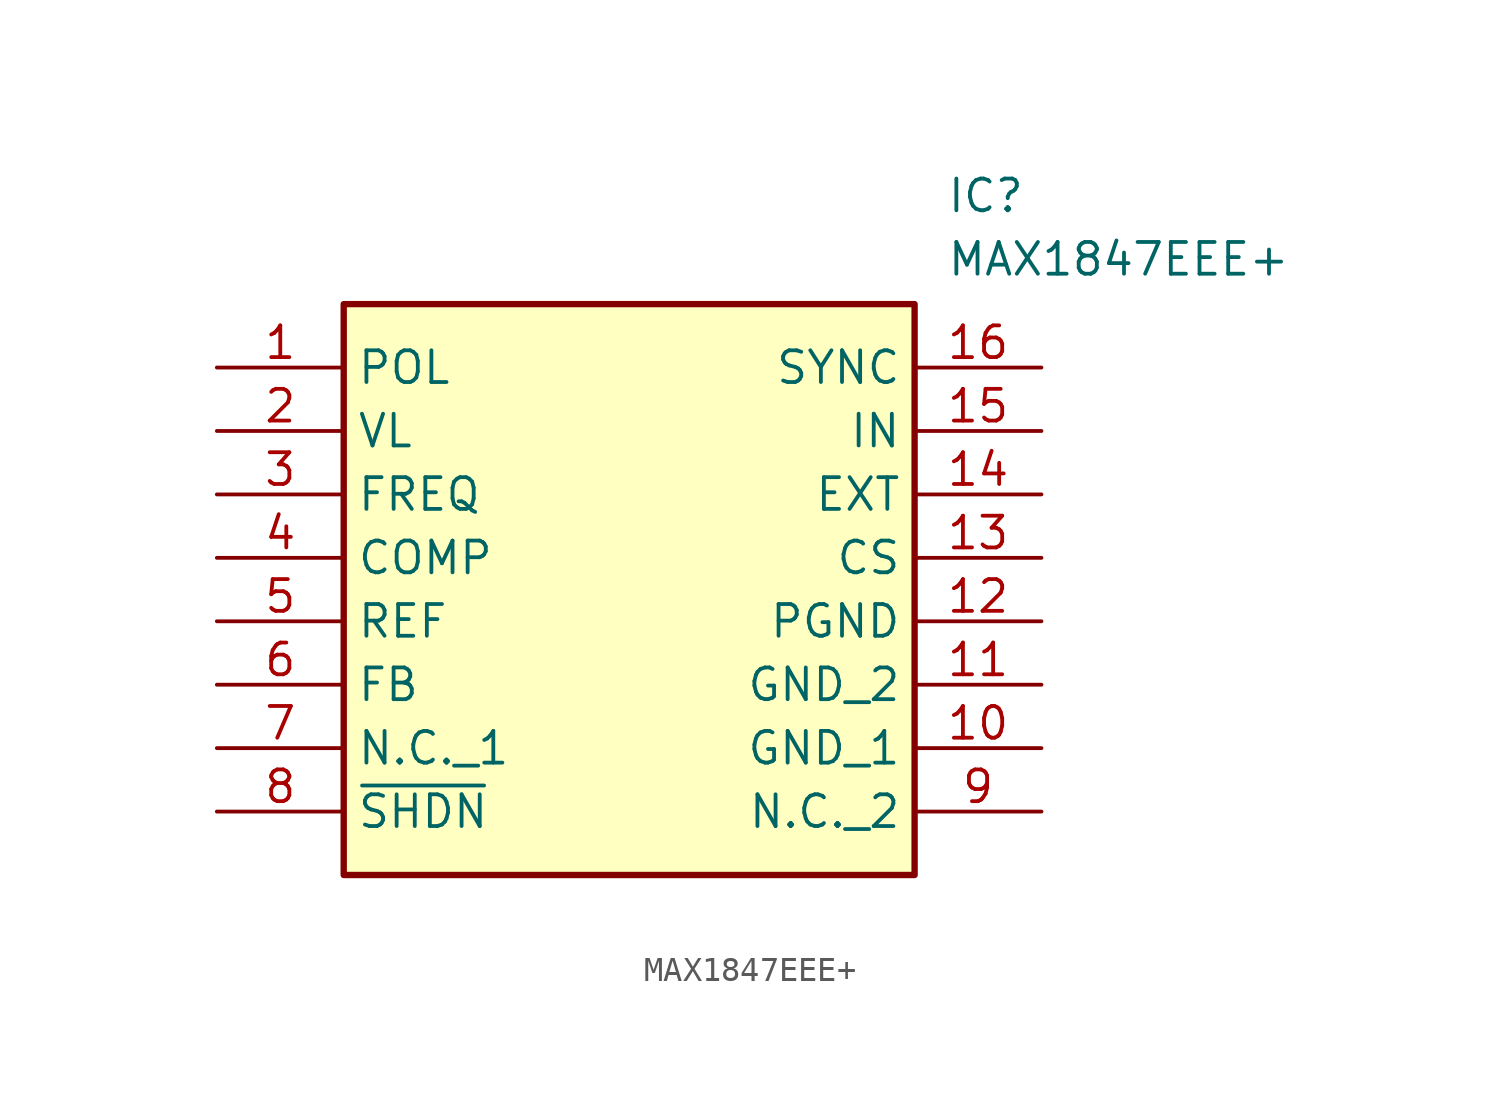
<source format=kicad_sym>
(kicad_symbol_lib
  (version 20211014)
  (generator SamacSys_ECAD_Model)
  (symbol "MAX1847EEE+"
    (property "Reference" "IC"
      (at 29.21 7.62 0)
      (effects (font (size 1.27 1.27)) (justify left top)))
    (property "Value" "MAX1847EEE+"
      (at 29.21 5.08 0)
      (effects (font (size 1.27 1.27)) (justify left top)))
    (rectangle
      (start 5.08 2.54)
      (end 27.94 -20.32)
      (stroke (width 0.254) (type default))
      (fill (type background)))
    (pin passive line
      (at 0 0 0)
      (length 5.08)
      (name "POL" (effects (font (size 1.27 1.27))))
      (number "1" (effects (font (size 1.27 1.27)))))
    (pin passive line
      (at 0 -2.54 0)
      (length 5.08)
      (name "VL" (effects (font (size 1.27 1.27))))
      (number "2" (effects (font (size 1.27 1.27)))))
    (pin passive line
      (at 0 -5.08 0)
      (length 5.08)
      (name "FREQ" (effects (font (size 1.27 1.27))))
      (number "3" (effects (font (size 1.27 1.27)))))
    (pin passive line
      (at 0 -7.62 0)
      (length 5.08)
      (name "COMP" (effects (font (size 1.27 1.27))))
      (number "4" (effects (font (size 1.27 1.27)))))
    (pin passive line
      (at 0 -10.16 0)
      (length 5.08)
      (name "REF" (effects (font (size 1.27 1.27))))
      (number "5" (effects (font (size 1.27 1.27)))))
    (pin passive line
      (at 0 -12.7 0)
      (length 5.08)
      (name "FB" (effects (font (size 1.27 1.27))))
      (number "6" (effects (font (size 1.27 1.27)))))
    (pin passive line
      (at 0 -15.24 0)
      (length 5.08)
      (name "N.C._1" (effects (font (size 1.27 1.27))))
      (number "7" (effects (font (size 1.27 1.27)))))
    (pin passive line
      (at 0 -17.78 0)
      (length 5.08)
      (name "~{SHDN}" (effects (font (size 1.27 1.27))))
      (number "8" (effects (font (size 1.27 1.27)))))
    (pin passive line
      (at 33.02 0 180)
      (length 5.08)
      (name "SYNC" (effects (font (size 1.27 1.27))))
      (number "16" (effects (font (size 1.27 1.27)))))
    (pin passive line
      (at 33.02 -2.54 180)
      (length 5.08)
      (name "IN" (effects (font (size 1.27 1.27))))
      (number "15" (effects (font (size 1.27 1.27)))))
    (pin passive line
      (at 33.02 -5.08 180)
      (length 5.08)
      (name "EXT" (effects (font (size 1.27 1.27))))
      (number "14" (effects (font (size 1.27 1.27)))))
    (pin passive line
      (at 33.02 -7.62 180)
      (length 5.08)
      (name "CS" (effects (font (size 1.27 1.27))))
      (number "13" (effects (font (size 1.27 1.27)))))
    (pin passive line
      (at 33.02 -10.16 180)
      (length 5.08)
      (name "PGND" (effects (font (size 1.27 1.27))))
      (number "12" (effects (font (size 1.27 1.27)))))
    (pin passive line
      (at 33.02 -12.7 180)
      (length 5.08)
      (name "GND_2" (effects (font (size 1.27 1.27))))
      (number "11" (effects (font (size 1.27 1.27)))))
    (pin passive line
      (at 33.02 -15.24 180)
      (length 5.08)
      (name "GND_1" (effects (font (size 1.27 1.27))))
      (number "10" (effects (font (size 1.27 1.27)))))
    (pin passive line
      (at 33.02 -17.78 180)
      (length 5.08)
      (name "N.C._2" (effects (font (size 1.27 1.27))))
      (number "9" (effects (font (size 1.27 1.27)))))))
</source>
